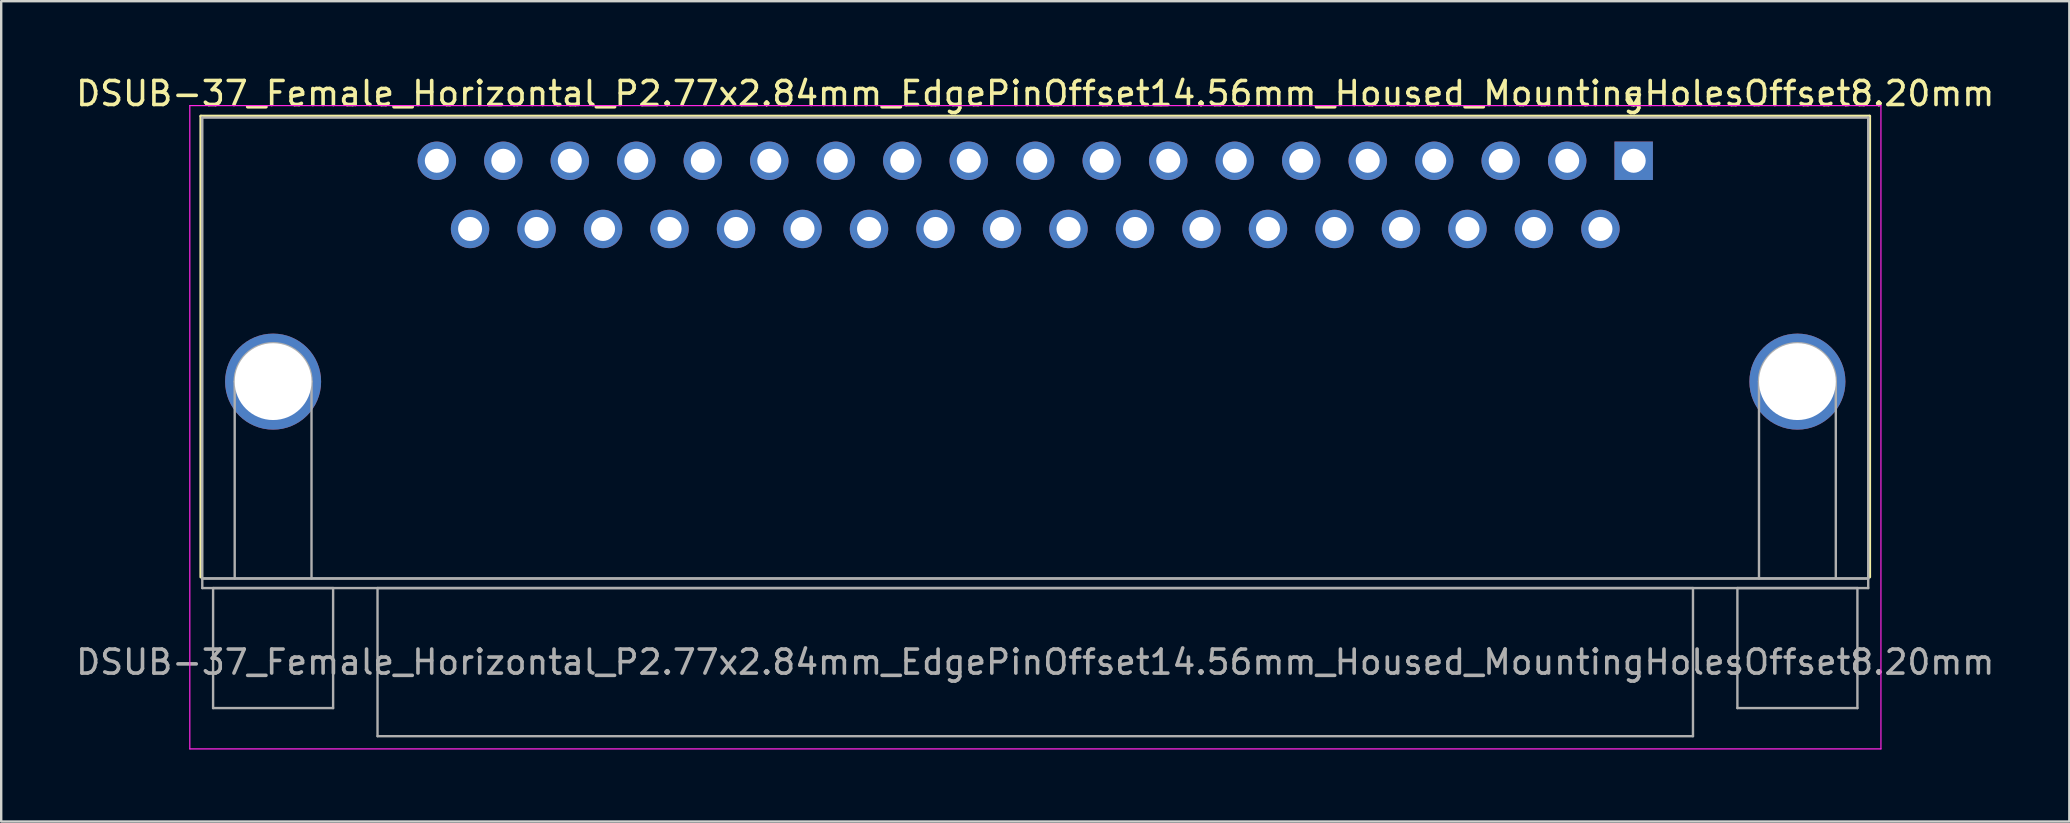
<source format=kicad_pcb>
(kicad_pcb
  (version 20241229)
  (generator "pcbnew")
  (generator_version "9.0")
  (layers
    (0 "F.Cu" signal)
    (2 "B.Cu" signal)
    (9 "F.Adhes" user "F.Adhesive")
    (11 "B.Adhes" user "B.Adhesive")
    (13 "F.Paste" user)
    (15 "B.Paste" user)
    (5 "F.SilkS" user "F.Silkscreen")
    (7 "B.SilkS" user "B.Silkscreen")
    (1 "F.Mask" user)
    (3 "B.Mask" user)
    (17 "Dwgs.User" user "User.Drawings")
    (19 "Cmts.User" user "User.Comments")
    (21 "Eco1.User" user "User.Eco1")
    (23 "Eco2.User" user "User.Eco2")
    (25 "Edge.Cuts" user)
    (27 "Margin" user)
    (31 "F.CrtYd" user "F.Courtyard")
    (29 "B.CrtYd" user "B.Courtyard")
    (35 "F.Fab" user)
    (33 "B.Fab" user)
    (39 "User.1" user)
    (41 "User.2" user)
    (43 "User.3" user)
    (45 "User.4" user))
  (footprint "DSUB-37_Female_Horizontal_P2.77x2.84mm_EdgePinOffset14.56mm_Housed_MountingHolesOffset8.20mm"
    (layer "F.Cu")
    (at 65.007 3.648)
    (property "Reference" "DSUB-37_Female_Horizontal_P2.77x2.84mm_EdgePinOffset14.56mm_Housed_MountingHolesOffset8.20mm" (at -24.93 -2.8 0) (layer "F.SilkS") (effects (font (size 1 1) (thickness 0.15))))
    (attr through_hole)
    (fp_line (start -59.69 -1.86) (end 9.83 -1.86) (stroke (width 0.12) (type solid)) (layer "F.SilkS"))
    (fp_line (start -59.69 17.34) (end -59.69 -1.86) (stroke (width 0.12) (type solid)) (layer "F.SilkS"))
    (fp_line (start -0.25 -2.754) (end 0.25 -2.754) (stroke (width 0.12) (type solid)) (layer "F.SilkS"))
    (fp_line (start 0 -2.321) (end -0.25 -2.754) (stroke (width 0.12) (type solid)) (layer "F.SilkS"))
    (fp_line (start 0.25 -2.754) (end 0 -2.321) (stroke (width 0.12) (type solid)) (layer "F.SilkS"))
    (fp_line (start 9.83 -1.86) (end 9.83 17.34) (stroke (width 0.12) (type solid)) (layer "F.SilkS"))
    (fp_line (start -60.15 -2.3) (end -60.15 24.5) (stroke (width 0.05) (type solid)) (layer "F.CrtYd"))
    (fp_line (start -60.15 24.5) (end 10.3 24.5) (stroke (width 0.05) (type solid)) (layer "F.CrtYd"))
    (fp_line (start 10.3 -2.3) (end -60.15 -2.3) (stroke (width 0.05) (type solid)) (layer "F.CrtYd"))
    (fp_line (start 10.3 24.5) (end 10.3 -2.3) (stroke (width 0.05) (type solid)) (layer "F.CrtYd"))
    (fp_line (start -59.63 -1.8) (end -59.63 17.4) (stroke (width 0.1) (type solid)) (layer "F.Fab"))
    (fp_line (start -59.63 17.4) (end -59.63 17.8) (stroke (width 0.1) (type solid)) (layer "F.Fab"))
    (fp_line (start -59.63 17.4) (end 9.77 17.4) (stroke (width 0.1) (type solid)) (layer "F.Fab"))
    (fp_line (start -59.63 17.8) (end 9.77 17.8) (stroke (width 0.1) (type solid)) (layer "F.Fab"))
    (fp_line (start -59.18 17.8) (end -59.18 22.8) (stroke (width 0.1) (type solid)) (layer "F.Fab"))
    (fp_line (start -59.18 22.8) (end -54.18 22.8) (stroke (width 0.1) (type solid)) (layer "F.Fab"))
    (fp_line (start -58.28 17.4) (end -58.28 9.2) (stroke (width 0.1) (type solid)) (layer "F.Fab"))
    (fp_line (start -55.08 17.4) (end -55.08 9.2) (stroke (width 0.1) (type solid)) (layer "F.Fab"))
    (fp_line (start -54.18 17.8) (end -59.18 17.8) (stroke (width 0.1) (type solid)) (layer "F.Fab"))
    (fp_line (start -54.18 22.8) (end -54.18 17.8) (stroke (width 0.1) (type solid)) (layer "F.Fab"))
    (fp_line (start -52.33 17.8) (end -52.33 23.97) (stroke (width 0.1) (type solid)) (layer "F.Fab"))
    (fp_line (start -52.33 23.97) (end 2.47 23.97) (stroke (width 0.1) (type solid)) (layer "F.Fab"))
    (fp_line (start 2.47 17.8) (end -52.33 17.8) (stroke (width 0.1) (type solid)) (layer "F.Fab"))
    (fp_line (start 2.47 23.97) (end 2.47 17.8) (stroke (width 0.1) (type solid)) (layer "F.Fab"))
    (fp_line (start 4.32 17.8) (end 4.32 22.8) (stroke (width 0.1) (type solid)) (layer "F.Fab"))
    (fp_line (start 4.32 22.8) (end 9.32 22.8) (stroke (width 0.1) (type solid)) (layer "F.Fab"))
    (fp_line (start 5.22 17.4) (end 5.22 9.2) (stroke (width 0.1) (type solid)) (layer "F.Fab"))
    (fp_line (start 8.42 17.4) (end 8.42 9.2) (stroke (width 0.1) (type solid)) (layer "F.Fab"))
    (fp_line (start 9.32 17.8) (end 4.32 17.8) (stroke (width 0.1) (type solid)) (layer "F.Fab"))
    (fp_line (start 9.32 22.8) (end 9.32 17.8) (stroke (width 0.1) (type solid)) (layer "F.Fab"))
    (fp_line (start 9.77 -1.8) (end -59.63 -1.8) (stroke (width 0.1) (type solid)) (layer "F.Fab"))
    (fp_line (start 9.77 17.4) (end -59.63 17.4) (stroke (width 0.1) (type solid)) (layer "F.Fab"))
    (fp_line (start 9.77 17.4) (end 9.77 -1.8) (stroke (width 0.1) (type solid)) (layer "F.Fab"))
    (fp_line (start 9.77 17.8) (end 9.77 17.4) (stroke (width 0.1) (type solid)) (layer "F.Fab"))
    (fp_arc (start -58.28 9.2) (mid -56.68 7.6) (end -55.08 9.2) (stroke (width 0.1) (type solid)) (layer "F.Fab"))
    (fp_arc (start 5.22 9.2) (mid 6.82 7.6) (end 8.42 9.2) (stroke (width 0.1) (type solid)) (layer "F.Fab"))
    (fp_text user "${REFERENCE}" (at -24.93 20.885 0) (layer "F.Fab") (effects (font (size 1 1) (thickness 0.15))))
    (pad "0" thru_hole circle (at -56.68 9.2) (size 4 4) (drill 3.2) (layers "*.Cu" "*.Mask"))
    (pad "0" thru_hole circle (at 6.82 9.2) (size 4 4) (drill 3.2) (layers "*.Cu" "*.Mask"))
    (pad "1" thru_hole rect (at 0 0) (size 1.6 1.6) (drill 1) (layers "*.Cu" "*.Mask"))
    (pad "2" thru_hole circle (at -2.77 0) (size 1.6 1.6) (drill 1) (layers "*.Cu" "*.Mask"))
    (pad "3" thru_hole circle (at -5.54 0) (size 1.6 1.6) (drill 1) (layers "*.Cu" "*.Mask"))
    (pad "4" thru_hole circle (at -8.31 0) (size 1.6 1.6) (drill 1) (layers "*.Cu" "*.Mask"))
    (pad "5" thru_hole circle (at -11.08 0) (size 1.6 1.6) (drill 1) (layers "*.Cu" "*.Mask"))
    (pad "6" thru_hole circle (at -13.85 0) (size 1.6 1.6) (drill 1) (layers "*.Cu" "*.Mask"))
    (pad "7" thru_hole circle (at -16.62 0) (size 1.6 1.6) (drill 1) (layers "*.Cu" "*.Mask"))
    (pad "8" thru_hole circle (at -19.39 0) (size 1.6 1.6) (drill 1) (layers "*.Cu" "*.Mask"))
    (pad "9" thru_hole circle (at -22.16 0) (size 1.6 1.6) (drill 1) (layers "*.Cu" "*.Mask"))
    (pad "10" thru_hole circle (at -24.93 0) (size 1.6 1.6) (drill 1) (layers "*.Cu" "*.Mask"))
    (pad "11" thru_hole circle (at -27.7 0) (size 1.6 1.6) (drill 1) (layers "*.Cu" "*.Mask"))
    (pad "12" thru_hole circle (at -30.47 0) (size 1.6 1.6) (drill 1) (layers "*.Cu" "*.Mask"))
    (pad "13" thru_hole circle (at -33.24 0) (size 1.6 1.6) (drill 1) (layers "*.Cu" "*.Mask"))
    (pad "14" thru_hole circle (at -36.01 0) (size 1.6 1.6) (drill 1) (layers "*.Cu" "*.Mask"))
    (pad "15" thru_hole circle (at -38.78 0) (size 1.6 1.6) (drill 1) (layers "*.Cu" "*.Mask"))
    (pad "16" thru_hole circle (at -41.55 0) (size 1.6 1.6) (drill 1) (layers "*.Cu" "*.Mask"))
    (pad "17" thru_hole circle (at -44.32 0) (size 1.6 1.6) (drill 1) (layers "*.Cu" "*.Mask"))
    (pad "18" thru_hole circle (at -47.09 0) (size 1.6 1.6) (drill 1) (layers "*.Cu" "*.Mask"))
    (pad "19" thru_hole circle (at -49.86 0) (size 1.6 1.6) (drill 1) (layers "*.Cu" "*.Mask"))
    (pad "20" thru_hole circle (at -1.385 2.84) (size 1.6 1.6) (drill 1) (layers "*.Cu" "*.Mask"))
    (pad "21" thru_hole circle (at -4.155 2.84) (size 1.6 1.6) (drill 1) (layers "*.Cu" "*.Mask"))
    (pad "22" thru_hole circle (at -6.925 2.84) (size 1.6 1.6) (drill 1) (layers "*.Cu" "*.Mask"))
    (pad "23" thru_hole circle (at -9.695 2.84) (size 1.6 1.6) (drill 1) (layers "*.Cu" "*.Mask"))
    (pad "24" thru_hole circle (at -12.465 2.84) (size 1.6 1.6) (drill 1) (layers "*.Cu" "*.Mask"))
    (pad "25" thru_hole circle (at -15.235 2.84) (size 1.6 1.6) (drill 1) (layers "*.Cu" "*.Mask"))
    (pad "26" thru_hole circle (at -18.005 2.84) (size 1.6 1.6) (drill 1) (layers "*.Cu" "*.Mask"))
    (pad "27" thru_hole circle (at -20.775 2.84) (size 1.6 1.6) (drill 1) (layers "*.Cu" "*.Mask"))
    (pad "28" thru_hole circle (at -23.545 2.84) (size 1.6 1.6) (drill 1) (layers "*.Cu" "*.Mask"))
    (pad "29" thru_hole circle (at -26.315 2.84) (size 1.6 1.6) (drill 1) (layers "*.Cu" "*.Mask"))
    (pad "30" thru_hole circle (at -29.085 2.84) (size 1.6 1.6) (drill 1) (layers "*.Cu" "*.Mask"))
    (pad "31" thru_hole circle (at -31.855 2.84) (size 1.6 1.6) (drill 1) (layers "*.Cu" "*.Mask"))
    (pad "32" thru_hole circle (at -34.625 2.84) (size 1.6 1.6) (drill 1) (layers "*.Cu" "*.Mask"))
    (pad "33" thru_hole circle (at -37.395 2.84) (size 1.6 1.6) (drill 1) (layers "*.Cu" "*.Mask"))
    (pad "34" thru_hole circle (at -40.165 2.84) (size 1.6 1.6) (drill 1) (layers "*.Cu" "*.Mask"))
    (pad "35" thru_hole circle (at -42.935 2.84) (size 1.6 1.6) (drill 1) (layers "*.Cu" "*.Mask"))
    (pad "36" thru_hole circle (at -45.705 2.84) (size 1.6 1.6) (drill 1) (layers "*.Cu" "*.Mask"))
    (pad "37" thru_hole circle (at -48.475 2.84) (size 1.6 1.6) (drill 1) (layers "*.Cu" "*.Mask")))
  (gr_rect
    (start -3 -3)
    (end 83.155 31.173)
    (stroke (width 0.1) (type default))
    (fill no)
    (layer "Edge.Cuts")))
</source>
